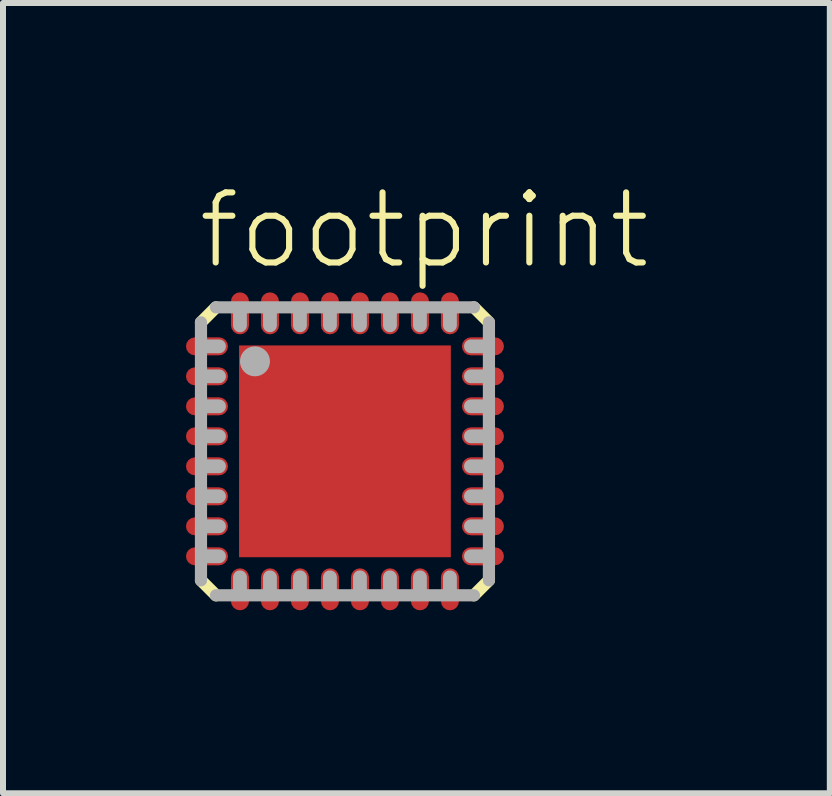
<source format=kicad_pcb>
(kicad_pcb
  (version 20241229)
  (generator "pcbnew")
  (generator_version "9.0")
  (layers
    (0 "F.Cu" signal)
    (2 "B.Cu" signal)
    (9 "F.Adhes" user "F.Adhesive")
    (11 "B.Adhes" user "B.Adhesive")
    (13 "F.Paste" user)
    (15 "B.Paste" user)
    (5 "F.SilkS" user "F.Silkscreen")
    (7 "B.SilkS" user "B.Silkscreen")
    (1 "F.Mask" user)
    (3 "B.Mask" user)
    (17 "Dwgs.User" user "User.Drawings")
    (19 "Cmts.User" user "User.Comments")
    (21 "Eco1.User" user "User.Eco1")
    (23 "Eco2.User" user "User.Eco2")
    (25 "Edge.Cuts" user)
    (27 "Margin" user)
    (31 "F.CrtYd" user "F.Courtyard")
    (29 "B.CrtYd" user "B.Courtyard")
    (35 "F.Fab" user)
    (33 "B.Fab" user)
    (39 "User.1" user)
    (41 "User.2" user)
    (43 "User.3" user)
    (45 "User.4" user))
  (footprint "footprint"
    (layer "F.Cu")
    (at 2.7 4.473)
    (property "Reference" "footprint" (at -2.5 -3 0) (layer "F.SilkS") (effects (font (size 1.168 1.168) (thickness 0.102)) (justify left bottom)))
    (fp_line (start -2.1 -1.75) (end -2.5 -1.75) (stroke (width 0.4) (type solid)) (layer "F.Mask"))
    (fp_line (start -2.1 -1.25) (end -2.5 -1.25) (stroke (width 0.4) (type solid)) (layer "F.Mask"))
    (fp_line (start -2.1 -0.75) (end -2.5 -0.75) (stroke (width 0.4) (type solid)) (layer "F.Mask"))
    (fp_line (start -2.1 -0.25) (end -2.5 -0.25) (stroke (width 0.4) (type solid)) (layer "F.Mask"))
    (fp_line (start -2.1 0.25) (end -2.5 0.25) (stroke (width 0.4) (type solid)) (layer "F.Mask"))
    (fp_line (start -2.1 0.75) (end -2.5 0.75) (stroke (width 0.4) (type solid)) (layer "F.Mask"))
    (fp_line (start -2.1 1.25) (end -2.5 1.25) (stroke (width 0.4) (type solid)) (layer "F.Mask"))
    (fp_line (start -2.1 1.75) (end -2.5 1.75) (stroke (width 0.4) (type solid)) (layer "F.Mask"))
    (fp_line (start -1.75 -2.1) (end -1.75 -2.5) (stroke (width 0.4) (type solid)) (layer "F.Mask"))
    (fp_line (start -1.75 2.1) (end -1.75 2.5) (stroke (width 0.4) (type solid)) (layer "F.Mask"))
    (fp_line (start -1.25 -2.1) (end -1.25 -2.5) (stroke (width 0.4) (type solid)) (layer "F.Mask"))
    (fp_line (start -1.25 2.1) (end -1.25 2.5) (stroke (width 0.4) (type solid)) (layer "F.Mask"))
    (fp_line (start -0.75 -2.1) (end -0.75 -2.5) (stroke (width 0.4) (type solid)) (layer "F.Mask"))
    (fp_line (start -0.75 2.1) (end -0.75 2.5) (stroke (width 0.4) (type solid)) (layer "F.Mask"))
    (fp_line (start -0.25 -2.1) (end -0.25 -2.5) (stroke (width 0.4) (type solid)) (layer "F.Mask"))
    (fp_line (start -0.25 2.1) (end -0.25 2.5) (stroke (width 0.4) (type solid)) (layer "F.Mask"))
    (fp_line (start 0.25 -2.1) (end 0.25 -2.5) (stroke (width 0.4) (type solid)) (layer "F.Mask"))
    (fp_line (start 0.25 2.1) (end 0.25 2.5) (stroke (width 0.4) (type solid)) (layer "F.Mask"))
    (fp_line (start 0.75 -2.1) (end 0.75 -2.5) (stroke (width 0.4) (type solid)) (layer "F.Mask"))
    (fp_line (start 0.75 2.1) (end 0.75 2.5) (stroke (width 0.4) (type solid)) (layer "F.Mask"))
    (fp_line (start 1.25 -2.1) (end 1.25 -2.5) (stroke (width 0.4) (type solid)) (layer "F.Mask"))
    (fp_line (start 1.25 2.1) (end 1.25 2.5) (stroke (width 0.4) (type solid)) (layer "F.Mask"))
    (fp_line (start 1.75 -2.1) (end 1.75 -2.5) (stroke (width 0.4) (type solid)) (layer "F.Mask"))
    (fp_line (start 1.75 2.1) (end 1.75 2.5) (stroke (width 0.4) (type solid)) (layer "F.Mask"))
    (fp_line (start 2.1 -1.75) (end 2.5 -1.75) (stroke (width 0.4) (type solid)) (layer "F.Mask"))
    (fp_line (start 2.1 -1.25) (end 2.5 -1.25) (stroke (width 0.4) (type solid)) (layer "F.Mask"))
    (fp_line (start 2.1 -0.75) (end 2.5 -0.75) (stroke (width 0.4) (type solid)) (layer "F.Mask"))
    (fp_line (start 2.1 -0.25) (end 2.5 -0.25) (stroke (width 0.4) (type solid)) (layer "F.Mask"))
    (fp_line (start 2.1 0.25) (end 2.5 0.25) (stroke (width 0.4) (type solid)) (layer "F.Mask"))
    (fp_line (start 2.1 0.75) (end 2.5 0.75) (stroke (width 0.4) (type solid)) (layer "F.Mask"))
    (fp_line (start 2.1 1.25) (end 2.5 1.25) (stroke (width 0.4) (type solid)) (layer "F.Mask"))
    (fp_line (start 2.1 1.75) (end 2.5 1.75) (stroke (width 0.4) (type solid)) (layer "F.Mask"))
    (fp_poly (pts (xy -1.8 1.8) (xy 1.8 1.8) (xy 1.8 -1.8) (xy -1.8 -1.8)) (stroke (width 0) (type solid)) (fill yes) (layer "F.Mask"))
    (fp_line (start -2.4 -2.15) (end -2.15 -2.4) (stroke (width 0.203) (type solid)) (layer "F.SilkS"))
    (fp_line (start -2.15 2.4) (end -2.4 2.15) (stroke (width 0.203) (type solid)) (layer "F.SilkS"))
    (fp_line (start 2.15 -2.4) (end 2.4 -2.15) (stroke (width 0.203) (type solid)) (layer "F.SilkS"))
    (fp_line (start 2.4 2.15) (end 2.15 2.4) (stroke (width 0.203) (type solid)) (layer "F.SilkS"))
    (fp_line (start -2.1 -1.75) (end -2.5 -1.75) (stroke (width 0.25) (type solid)) (layer "F.Paste"))
    (fp_line (start -2.1 -1.25) (end -2.5 -1.25) (stroke (width 0.25) (type solid)) (layer "F.Paste"))
    (fp_line (start -2.1 -0.75) (end -2.5 -0.75) (stroke (width 0.25) (type solid)) (layer "F.Paste"))
    (fp_line (start -2.1 -0.25) (end -2.5 -0.25) (stroke (width 0.25) (type solid)) (layer "F.Paste"))
    (fp_line (start -2.1 0.25) (end -2.5 0.25) (stroke (width 0.25) (type solid)) (layer "F.Paste"))
    (fp_line (start -2.1 0.75) (end -2.5 0.75) (stroke (width 0.25) (type solid)) (layer "F.Paste"))
    (fp_line (start -2.1 1.25) (end -2.5 1.25) (stroke (width 0.25) (type solid)) (layer "F.Paste"))
    (fp_line (start -2.1 1.75) (end -2.5 1.75) (stroke (width 0.25) (type solid)) (layer "F.Paste"))
    (fp_line (start -1.75 -2.1) (end -1.75 -2.5) (stroke (width 0.25) (type solid)) (layer "F.Paste"))
    (fp_line (start -1.75 2.1) (end -1.75 2.5) (stroke (width 0.25) (type solid)) (layer "F.Paste"))
    (fp_line (start -1.25 -2.1) (end -1.25 -2.5) (stroke (width 0.25) (type solid)) (layer "F.Paste"))
    (fp_line (start -1.25 2.1) (end -1.25 2.5) (stroke (width 0.25) (type solid)) (layer "F.Paste"))
    (fp_line (start -0.75 -2.1) (end -0.75 -2.5) (stroke (width 0.25) (type solid)) (layer "F.Paste"))
    (fp_line (start -0.75 2.1) (end -0.75 2.5) (stroke (width 0.25) (type solid)) (layer "F.Paste"))
    (fp_line (start -0.25 -2.1) (end -0.25 -2.5) (stroke (width 0.25) (type solid)) (layer "F.Paste"))
    (fp_line (start -0.25 2.1) (end -0.25 2.5) (stroke (width 0.25) (type solid)) (layer "F.Paste"))
    (fp_line (start 0.25 -2.1) (end 0.25 -2.5) (stroke (width 0.25) (type solid)) (layer "F.Paste"))
    (fp_line (start 0.25 2.1) (end 0.25 2.5) (stroke (width 0.25) (type solid)) (layer "F.Paste"))
    (fp_line (start 0.75 -2.1) (end 0.75 -2.5) (stroke (width 0.25) (type solid)) (layer "F.Paste"))
    (fp_line (start 0.75 2.1) (end 0.75 2.5) (stroke (width 0.25) (type solid)) (layer "F.Paste"))
    (fp_line (start 1.25 -2.1) (end 1.25 -2.5) (stroke (width 0.25) (type solid)) (layer "F.Paste"))
    (fp_line (start 1.25 2.1) (end 1.25 2.5) (stroke (width 0.25) (type solid)) (layer "F.Paste"))
    (fp_line (start 1.75 -2.1) (end 1.75 -2.5) (stroke (width 0.25) (type solid)) (layer "F.Paste"))
    (fp_line (start 1.75 2.1) (end 1.75 2.5) (stroke (width 0.25) (type solid)) (layer "F.Paste"))
    (fp_line (start 2.1 -1.75) (end 2.5 -1.75) (stroke (width 0.25) (type solid)) (layer "F.Paste"))
    (fp_line (start 2.1 -1.25) (end 2.5 -1.25) (stroke (width 0.25) (type solid)) (layer "F.Paste"))
    (fp_line (start 2.1 -0.75) (end 2.5 -0.75) (stroke (width 0.25) (type solid)) (layer "F.Paste"))
    (fp_line (start 2.1 -0.25) (end 2.5 -0.25) (stroke (width 0.25) (type solid)) (layer "F.Paste"))
    (fp_line (start 2.1 0.25) (end 2.5 0.25) (stroke (width 0.25) (type solid)) (layer "F.Paste"))
    (fp_line (start 2.1 0.75) (end 2.5 0.75) (stroke (width 0.25) (type solid)) (layer "F.Paste"))
    (fp_line (start 2.1 1.25) (end 2.5 1.25) (stroke (width 0.25) (type solid)) (layer "F.Paste"))
    (fp_line (start 2.1 1.75) (end 2.5 1.75) (stroke (width 0.25) (type solid)) (layer "F.Paste"))
    (fp_poly (pts (xy -1.65 1.65) (xy 1.65 1.65) (xy 1.65 -1.65) (xy -1.65 -1.65)) (stroke (width 0) (type solid)) (fill yes) (layer "F.Paste"))
    (fp_line (start -2.4 2.15) (end -2.4 -2.15) (stroke (width 0.203) (type solid)) (layer "F.Fab"))
    (fp_line (start -2.15 -2.4) (end 2.15 -2.4) (stroke (width 0.203) (type solid)) (layer "F.Fab"))
    (fp_line (start -2.1 -1.75) (end -2.325 -1.75) (stroke (width 0.23) (type solid)) (layer "F.Fab"))
    (fp_line (start -2.1 -1.25) (end -2.325 -1.25) (stroke (width 0.23) (type solid)) (layer "F.Fab"))
    (fp_line (start -2.1 -0.75) (end -2.325 -0.75) (stroke (width 0.23) (type solid)) (layer "F.Fab"))
    (fp_line (start -2.1 -0.25) (end -2.325 -0.25) (stroke (width 0.23) (type solid)) (layer "F.Fab"))
    (fp_line (start -2.1 0.25) (end -2.325 0.25) (stroke (width 0.23) (type solid)) (layer "F.Fab"))
    (fp_line (start -2.1 0.75) (end -2.325 0.75) (stroke (width 0.23) (type solid)) (layer "F.Fab"))
    (fp_line (start -2.1 1.25) (end -2.325 1.25) (stroke (width 0.23) (type solid)) (layer "F.Fab"))
    (fp_line (start -2.1 1.75) (end -2.325 1.75) (stroke (width 0.23) (type solid)) (layer "F.Fab"))
    (fp_line (start -1.75 -2.1) (end -1.75 -2.325) (stroke (width 0.23) (type solid)) (layer "F.Fab"))
    (fp_line (start -1.75 2.1) (end -1.75 2.325) (stroke (width 0.23) (type solid)) (layer "F.Fab"))
    (fp_line (start -1.25 -2.1) (end -1.25 -2.325) (stroke (width 0.23) (type solid)) (layer "F.Fab"))
    (fp_line (start -1.25 2.1) (end -1.25 2.325) (stroke (width 0.23) (type solid)) (layer "F.Fab"))
    (fp_line (start -0.75 -2.1) (end -0.75 -2.325) (stroke (width 0.23) (type solid)) (layer "F.Fab"))
    (fp_line (start -0.75 2.1) (end -0.75 2.325) (stroke (width 0.23) (type solid)) (layer "F.Fab"))
    (fp_line (start -0.25 -2.1) (end -0.25 -2.325) (stroke (width 0.23) (type solid)) (layer "F.Fab"))
    (fp_line (start -0.25 2.1) (end -0.25 2.325) (stroke (width 0.23) (type solid)) (layer "F.Fab"))
    (fp_line (start 0.25 -2.1) (end 0.25 -2.325) (stroke (width 0.23) (type solid)) (layer "F.Fab"))
    (fp_line (start 0.25 2.1) (end 0.25 2.325) (stroke (width 0.23) (type solid)) (layer "F.Fab"))
    (fp_line (start 0.75 -2.1) (end 0.75 -2.325) (stroke (width 0.23) (type solid)) (layer "F.Fab"))
    (fp_line (start 0.75 2.1) (end 0.75 2.325) (stroke (width 0.23) (type solid)) (layer "F.Fab"))
    (fp_line (start 1.25 -2.1) (end 1.25 -2.325) (stroke (width 0.23) (type solid)) (layer "F.Fab"))
    (fp_line (start 1.25 2.1) (end 1.25 2.325) (stroke (width 0.23) (type solid)) (layer "F.Fab"))
    (fp_line (start 1.75 -2.1) (end 1.75 -2.325) (stroke (width 0.23) (type solid)) (layer "F.Fab"))
    (fp_line (start 1.75 2.1) (end 1.75 2.325) (stroke (width 0.23) (type solid)) (layer "F.Fab"))
    (fp_line (start 2.1 -1.75) (end 2.325 -1.75) (stroke (width 0.23) (type solid)) (layer "F.Fab"))
    (fp_line (start 2.1 -1.25) (end 2.325 -1.25) (stroke (width 0.23) (type solid)) (layer "F.Fab"))
    (fp_line (start 2.1 -0.75) (end 2.325 -0.75) (stroke (width 0.23) (type solid)) (layer "F.Fab"))
    (fp_line (start 2.1 -0.25) (end 2.325 -0.25) (stroke (width 0.23) (type solid)) (layer "F.Fab"))
    (fp_line (start 2.1 0.25) (end 2.325 0.25) (stroke (width 0.23) (type solid)) (layer "F.Fab"))
    (fp_line (start 2.1 0.75) (end 2.325 0.75) (stroke (width 0.23) (type solid)) (layer "F.Fab"))
    (fp_line (start 2.1 1.25) (end 2.325 1.25) (stroke (width 0.23) (type solid)) (layer "F.Fab"))
    (fp_line (start 2.1 1.75) (end 2.325 1.75) (stroke (width 0.23) (type solid)) (layer "F.Fab"))
    (fp_line (start 2.15 2.4) (end -2.15 2.4) (stroke (width 0.203) (type solid)) (layer "F.Fab"))
    (fp_line (start 2.4 -2.15) (end 2.4 2.15) (stroke (width 0.203) (type solid)) (layer "F.Fab"))
    (fp_circle (center -1.5 -1.5) (end -1.375 -1.5) (stroke (width 0.25) (type solid)) (fill no) (layer "F.Fab"))
    (pad "1" smd roundrect (at -2.3 -1.75) (size 0.7 0.3) (layers "F.Cu") (roundrect_rratio 0.5))
    (pad "2" smd roundrect (at -2.3 -1.25) (size 0.7 0.3) (layers "F.Cu") (roundrect_rratio 0.5))
    (pad "3" smd roundrect (at -2.3 -0.75) (size 0.7 0.3) (layers "F.Cu") (roundrect_rratio 0.5))
    (pad "4" smd roundrect (at -2.3 -0.25) (size 0.7 0.3) (layers "F.Cu") (roundrect_rratio 0.5))
    (pad "5" smd roundrect (at -2.3 0.25) (size 0.7 0.3) (layers "F.Cu") (roundrect_rratio 0.5))
    (pad "6" smd roundrect (at -2.3 0.75) (size 0.7 0.3) (layers "F.Cu") (roundrect_rratio 0.5))
    (pad "7" smd roundrect (at -2.3 1.25) (size 0.7 0.3) (layers "F.Cu") (roundrect_rratio 0.5))
    (pad "8" smd roundrect (at -2.3 1.75) (size 0.7 0.3) (layers "F.Cu") (roundrect_rratio 0.5))
    (pad "9" smd roundrect (at -1.75 2.3 90) (size 0.7 0.3) (layers "F.Cu") (roundrect_rratio 0.5))
    (pad "10" smd roundrect (at -1.25 2.3 90) (size 0.7 0.3) (layers "F.Cu") (roundrect_rratio 0.5))
    (pad "11" smd roundrect (at -0.75 2.3 90) (size 0.7 0.3) (layers "F.Cu") (roundrect_rratio 0.5))
    (pad "12" smd roundrect (at -0.25 2.3 90) (size 0.7 0.3) (layers "F.Cu") (roundrect_rratio 0.5))
    (pad "13" smd roundrect (at 0.25 2.3 90) (size 0.7 0.3) (layers "F.Cu") (roundrect_rratio 0.5))
    (pad "14" smd roundrect (at 0.75 2.3 90) (size 0.7 0.3) (layers "F.Cu") (roundrect_rratio 0.5))
    (pad "15" smd roundrect (at 1.25 2.3 90) (size 0.7 0.3) (layers "F.Cu") (roundrect_rratio 0.5))
    (pad "16" smd roundrect (at 1.75 2.3 90) (size 0.7 0.3) (layers "F.Cu") (roundrect_rratio 0.5))
    (pad "17" smd roundrect (at 2.3 1.75 180) (size 0.7 0.3) (layers "F.Cu") (roundrect_rratio 0.5))
    (pad "18" smd roundrect (at 2.3 1.25 180) (size 0.7 0.3) (layers "F.Cu") (roundrect_rratio 0.5))
    (pad "19" smd roundrect (at 2.3 0.75 180) (size 0.7 0.3) (layers "F.Cu") (roundrect_rratio 0.5))
    (pad "20" smd roundrect (at 2.3 0.25 180) (size 0.7 0.3) (layers "F.Cu") (roundrect_rratio 0.5))
    (pad "21" smd roundrect (at 2.3 -0.25 180) (size 0.7 0.3) (layers "F.Cu") (roundrect_rratio 0.5))
    (pad "22" smd roundrect (at 2.3 -0.75 180) (size 0.7 0.3) (layers "F.Cu") (roundrect_rratio 0.5))
    (pad "23" smd roundrect (at 2.3 -1.25 180) (size 0.7 0.3) (layers "F.Cu") (roundrect_rratio 0.5))
    (pad "24" smd roundrect (at 2.3 -1.75 180) (size 0.7 0.3) (layers "F.Cu") (roundrect_rratio 0.5))
    (pad "25" smd roundrect (at 1.75 -2.3 270) (size 0.7 0.3) (layers "F.Cu") (roundrect_rratio 0.5))
    (pad "26" smd roundrect (at 1.25 -2.3 270) (size 0.7 0.3) (layers "F.Cu") (roundrect_rratio 0.5))
    (pad "27" smd roundrect (at 0.75 -2.3 270) (size 0.7 0.3) (layers "F.Cu") (roundrect_rratio 0.5))
    (pad "28" smd roundrect (at 0.25 -2.3 270) (size 0.7 0.3) (layers "F.Cu") (roundrect_rratio 0.5))
    (pad "29" smd roundrect (at -0.25 -2.3 270) (size 0.7 0.3) (layers "F.Cu") (roundrect_rratio 0.5))
    (pad "30" smd roundrect (at -0.75 -2.3 270) (size 0.7 0.3) (layers "F.Cu") (roundrect_rratio 0.5))
    (pad "31" smd roundrect (at -1.25 -2.3 270) (size 0.7 0.3) (layers "F.Cu") (roundrect_rratio 0.5))
    (pad "32" smd roundrect (at -1.75 -2.3 270) (size 0.7 0.3) (layers "F.Cu") (roundrect_rratio 0.5))
    (pad "EXP" smd rect (at 0 0) (size 3.53 3.53) (layers "F.Cu")))
  (gr_rect
    (start -3 -3)
    (end 10.782 10.173)
    (stroke (width 0.1) (type default))
    (fill no)
    (layer "Edge.Cuts")))
</source>
